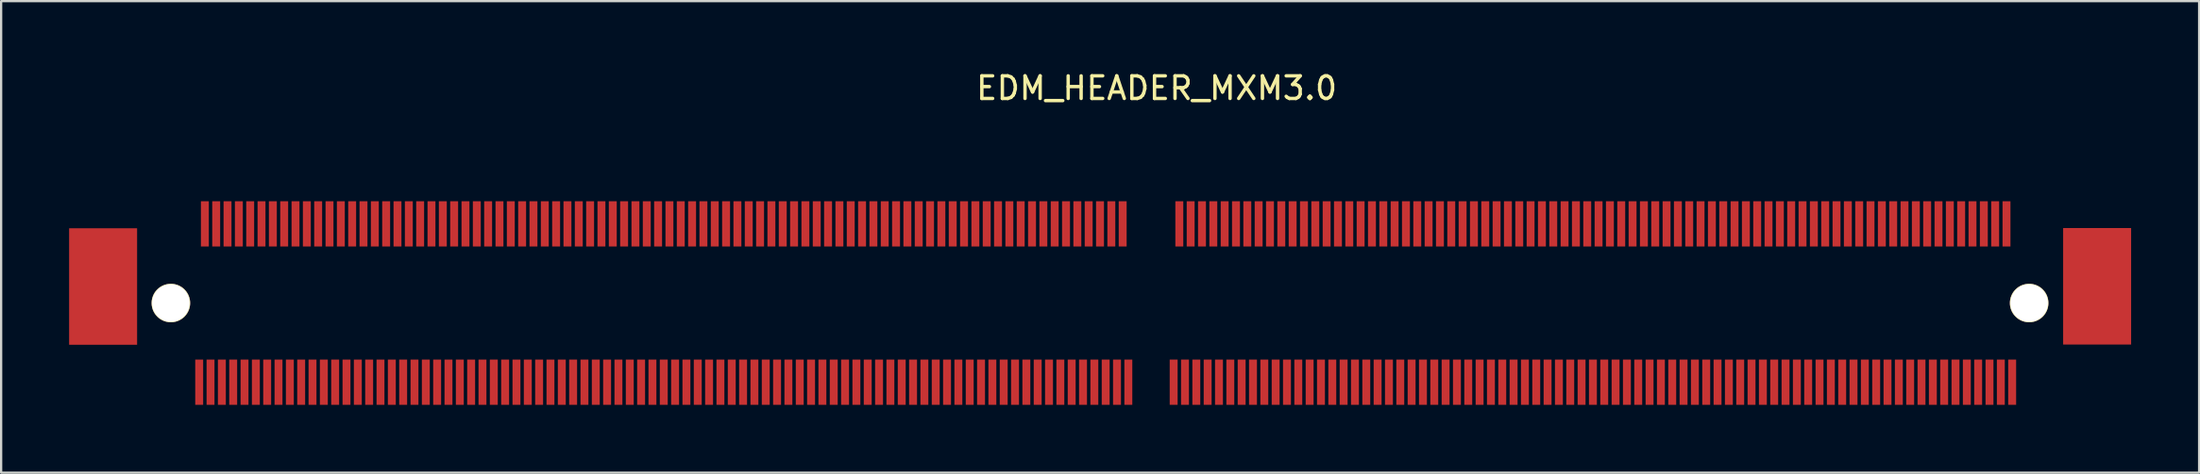
<source format=kicad_pcb>
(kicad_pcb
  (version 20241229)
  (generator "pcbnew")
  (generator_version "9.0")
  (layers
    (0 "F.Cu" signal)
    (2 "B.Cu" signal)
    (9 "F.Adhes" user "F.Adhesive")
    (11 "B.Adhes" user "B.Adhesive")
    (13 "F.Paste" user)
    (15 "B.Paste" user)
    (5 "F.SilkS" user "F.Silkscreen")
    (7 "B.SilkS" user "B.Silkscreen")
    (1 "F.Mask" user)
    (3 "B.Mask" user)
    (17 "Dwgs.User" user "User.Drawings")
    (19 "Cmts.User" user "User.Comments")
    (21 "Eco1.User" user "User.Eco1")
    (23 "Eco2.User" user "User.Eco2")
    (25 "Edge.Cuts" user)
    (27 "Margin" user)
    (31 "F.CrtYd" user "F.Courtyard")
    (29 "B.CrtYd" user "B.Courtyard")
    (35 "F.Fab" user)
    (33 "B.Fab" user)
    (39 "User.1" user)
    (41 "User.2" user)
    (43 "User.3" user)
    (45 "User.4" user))
  (footprint "EDM_HEADER_MXM3.0"
    (layer "F.Cu")
    (at 47.74 12.848)
    (property "Reference" "EDM_HEADER_MXM3.0" (at 0.25 -12 0) (layer "F.SilkS") (effects (font (size 1 1) (thickness 0.15))))
    (attr through_hole)
    (pad "" smd rect (at -46.24 -3.23) (size 3 5.15) (layers "F.Cu" "F.Mask" "F.Paste"))
    (pad "" smd rect (at 41.75 -3.24) (size 3 5.15) (layers "F.Cu" "F.Mask" "F.Paste"))
    (pad "1" smd rect (at -32 1) (size 0.35 2) (layers "F.Cu" "F.Mask" "F.Paste"))
    (pad "2" smd rect (at -31.75 -6) (size 0.35 2) (layers "F.Cu" "F.Mask" "F.Paste"))
    (pad "3" smd rect (at -31.5 1) (size 0.35 2) (layers "F.Cu" "F.Mask" "F.Paste"))
    (pad "4" smd rect (at -31.25 -6) (size 0.35 2) (layers "F.Cu" "F.Mask" "F.Paste"))
    (pad "5" smd rect (at -31 1) (size 0.35 2) (layers "F.Cu" "F.Mask" "F.Paste"))
    (pad "6" smd rect (at -30.75 -6) (size 0.35 2) (layers "F.Cu" "F.Mask" "F.Paste"))
    (pad "7" smd rect (at -30.5 1) (size 0.35 2) (layers "F.Cu" "F.Mask" "F.Paste"))
    (pad "8" smd rect (at -30.25 -6) (size 0.35 2) (layers "F.Cu" "F.Mask" "F.Paste"))
    (pad "9" smd rect (at -30 1) (size 0.35 2) (layers "F.Cu" "F.Mask" "F.Paste"))
    (pad "10" smd rect (at -29.75 -6) (size 0.35 2) (layers "F.Cu" "F.Mask" "F.Paste"))
    (pad "11" smd rect (at -29.5 1) (size 0.35 2) (layers "F.Cu" "F.Mask" "F.Paste"))
    (pad "12" smd rect (at -29.25 -6) (size 0.35 2) (layers "F.Cu" "F.Mask" "F.Paste"))
    (pad "13" smd rect (at -29 1) (size 0.35 2) (layers "F.Cu" "F.Mask" "F.Paste"))
    (pad "14" smd rect (at -28.75 -6) (size 0.35 2) (layers "F.Cu" "F.Mask" "F.Paste"))
    (pad "15" smd rect (at -28.5 1) (size 0.35 2) (layers "F.Cu" "F.Mask" "F.Paste"))
    (pad "16" smd rect (at -28.25 -6) (size 0.35 2) (layers "F.Cu" "F.Mask" "F.Paste"))
    (pad "17" smd rect (at -28 1) (size 0.35 2) (layers "F.Cu" "F.Mask" "F.Paste"))
    (pad "18" smd rect (at -27.75 -6) (size 0.35 2) (layers "F.Cu" "F.Mask" "F.Paste"))
    (pad "19" smd rect (at -27.5 1) (size 0.35 2) (layers "F.Cu" "F.Mask" "F.Paste"))
    (pad "20" smd rect (at -27.25 -6) (size 0.35 2) (layers "F.Cu" "F.Mask" "F.Paste"))
    (pad "21" smd rect (at -27 1) (size 0.35 2) (layers "F.Cu" "F.Mask" "F.Paste"))
    (pad "22" smd rect (at -26.75 -6) (size 0.35 2) (layers "F.Cu" "F.Mask" "F.Paste"))
    (pad "23" smd rect (at -26.5 1) (size 0.35 2) (layers "F.Cu" "F.Mask" "F.Paste"))
    (pad "24" smd rect (at -26.25 -6) (size 0.35 2) (layers "F.Cu" "F.Mask" "F.Paste"))
    (pad "25" smd rect (at -26 1) (size 0.35 2) (layers "F.Cu" "F.Mask" "F.Paste"))
    (pad "26" smd rect (at -25.75 -6) (size 0.35 2) (layers "F.Cu" "F.Mask" "F.Paste"))
    (pad "27" smd rect (at -25.5 1) (size 0.35 2) (layers "F.Cu" "F.Mask" "F.Paste"))
    (pad "28" smd rect (at -25.25 -6) (size 0.35 2) (layers "F.Cu" "F.Mask" "F.Paste"))
    (pad "29" smd rect (at -25 1) (size 0.35 2) (layers "F.Cu" "F.Mask" "F.Paste"))
    (pad "30" smd rect (at -24.75 -6) (size 0.35 2) (layers "F.Cu" "F.Mask" "F.Paste"))
    (pad "31" smd rect (at -24.5 1) (size 0.35 2) (layers "F.Cu" "F.Mask" "F.Paste"))
    (pad "32" smd rect (at -24.25 -6) (size 0.35 2) (layers "F.Cu" "F.Mask" "F.Paste"))
    (pad "33" smd rect (at -24 1) (size 0.35 2) (layers "F.Cu" "F.Mask" "F.Paste"))
    (pad "34" smd rect (at -23.75 -6) (size 0.35 2) (layers "F.Cu" "F.Mask" "F.Paste"))
    (pad "35" smd rect (at -23.5 1) (size 0.35 2) (layers "F.Cu" "F.Mask" "F.Paste"))
    (pad "36" smd rect (at -23.25 -6) (size 0.35 2) (layers "F.Cu" "F.Mask" "F.Paste"))
    (pad "37" smd rect (at -23 1) (size 0.35 2) (layers "F.Cu" "F.Mask" "F.Paste"))
    (pad "38" smd rect (at -22.75 -6) (size 0.35 2) (layers "F.Cu" "F.Mask" "F.Paste"))
    (pad "39" smd rect (at -22.5 1) (size 0.35 2) (layers "F.Cu" "F.Mask" "F.Paste"))
    (pad "40" smd rect (at -22.25 -6) (size 0.35 2) (layers "F.Cu" "F.Mask" "F.Paste"))
    (pad "41" smd rect (at -22 1) (size 0.35 2) (layers "F.Cu" "F.Mask" "F.Paste"))
    (pad "42" smd rect (at -21.75 -6) (size 0.35 2) (layers "F.Cu" "F.Mask" "F.Paste"))
    (pad "43" smd rect (at -21.5 1) (size 0.35 2) (layers "F.Cu" "F.Mask" "F.Paste"))
    (pad "44" smd rect (at -21.25 -6) (size 0.35 2) (layers "F.Cu" "F.Mask" "F.Paste"))
    (pad "45" smd rect (at -21 1) (size 0.35 2) (layers "F.Cu" "F.Mask" "F.Paste"))
    (pad "46" smd rect (at -20.75 -6) (size 0.35 2) (layers "F.Cu" "F.Mask" "F.Paste"))
    (pad "47" smd rect (at -20.5 1) (size 0.35 2) (layers "F.Cu" "F.Mask" "F.Paste"))
    (pad "48" smd rect (at -20.25 -6) (size 0.35 2) (layers "F.Cu" "F.Mask" "F.Paste"))
    (pad "49" smd rect (at -20 1) (size 0.35 2) (layers "F.Cu" "F.Mask" "F.Paste"))
    (pad "50" smd rect (at -19.75 -6) (size 0.35 2) (layers "F.Cu" "F.Mask" "F.Paste"))
    (pad "51" smd rect (at -19.5 1) (size 0.35 2) (layers "F.Cu" "F.Mask" "F.Paste"))
    (pad "52" smd rect (at -19.25 -6) (size 0.35 2) (layers "F.Cu" "F.Mask" "F.Paste"))
    (pad "53" smd rect (at -19 1) (size 0.35 2) (layers "F.Cu" "F.Mask" "F.Paste"))
    (pad "54" smd rect (at -18.75 -6) (size 0.35 2) (layers "F.Cu" "F.Mask" "F.Paste"))
    (pad "55" smd rect (at -18.5 1) (size 0.35 2) (layers "F.Cu" "F.Mask" "F.Paste"))
    (pad "56" smd rect (at -18.25 -6) (size 0.35 2) (layers "F.Cu" "F.Mask" "F.Paste"))
    (pad "57" smd rect (at -18 1) (size 0.35 2) (layers "F.Cu" "F.Mask" "F.Paste"))
    (pad "58" smd rect (at -17.75 -6) (size 0.35 2) (layers "F.Cu" "F.Mask" "F.Paste"))
    (pad "59" smd rect (at -17.5 1) (size 0.35 2) (layers "F.Cu" "F.Mask" "F.Paste"))
    (pad "60" smd rect (at -17.25 -6) (size 0.35 2) (layers "F.Cu" "F.Mask" "F.Paste"))
    (pad "61" smd rect (at -17 1) (size 0.35 2) (layers "F.Cu" "F.Mask" "F.Paste"))
    (pad "62" smd rect (at -16.75 -6) (size 0.35 2) (layers "F.Cu" "F.Mask" "F.Paste"))
    (pad "63" smd rect (at -16.5 1) (size 0.35 2) (layers "F.Cu" "F.Mask" "F.Paste"))
    (pad "64" smd rect (at -16.25 -6) (size 0.35 2) (layers "F.Cu" "F.Mask" "F.Paste"))
    (pad "65" smd rect (at -16 1) (size 0.35 2) (layers "F.Cu" "F.Mask" "F.Paste"))
    (pad "66" smd rect (at -15.75 -6) (size 0.35 2) (layers "F.Cu" "F.Mask" "F.Paste"))
    (pad "67" smd rect (at -15.5 1) (size 0.35 2) (layers "F.Cu" "F.Mask" "F.Paste"))
    (pad "68" smd rect (at -15.25 -6) (size 0.35 2) (layers "F.Cu" "F.Mask" "F.Paste"))
    (pad "69" smd rect (at -15 1) (size 0.35 2) (layers "F.Cu" "F.Mask" "F.Paste"))
    (pad "70" smd rect (at -14.75 -6) (size 0.35 2) (layers "F.Cu" "F.Mask" "F.Paste"))
    (pad "71" smd rect (at -14.5 1) (size 0.35 2) (layers "F.Cu" "F.Mask" "F.Paste"))
    (pad "72" smd rect (at -14.25 -6) (size 0.35 2) (layers "F.Cu" "F.Mask" "F.Paste"))
    (pad "73" smd rect (at -14 1) (size 0.35 2) (layers "F.Cu" "F.Mask" "F.Paste"))
    (pad "74" smd rect (at -13.75 -6) (size 0.35 2) (layers "F.Cu" "F.Mask" "F.Paste"))
    (pad "75" smd rect (at -13.5 1) (size 0.35 2) (layers "F.Cu" "F.Mask" "F.Paste"))
    (pad "76" smd rect (at -13.25 -6) (size 0.35 2) (layers "F.Cu" "F.Mask" "F.Paste"))
    (pad "77" smd rect (at -13 1) (size 0.35 2) (layers "F.Cu" "F.Mask" "F.Paste"))
    (pad "78" smd rect (at -12.75 -6) (size 0.35 2) (layers "F.Cu" "F.Mask" "F.Paste"))
    (pad "79" smd rect (at -12.5 1) (size 0.35 2) (layers "F.Cu" "F.Mask" "F.Paste"))
    (pad "80" smd rect (at -12.25 -6) (size 0.35 2) (layers "F.Cu" "F.Mask" "F.Paste"))
    (pad "81" smd rect (at -12 1) (size 0.35 2) (layers "F.Cu" "F.Mask" "F.Paste"))
    (pad "82" smd rect (at -11.75 -6) (size 0.35 2) (layers "F.Cu" "F.Mask" "F.Paste"))
    (pad "83" smd rect (at -11.5 1) (size 0.35 2) (layers "F.Cu" "F.Mask" "F.Paste"))
    (pad "84" smd rect (at -11.25 -6) (size 0.35 2) (layers "F.Cu" "F.Mask" "F.Paste"))
    (pad "85" smd rect (at -11 1) (size 0.35 2) (layers "F.Cu" "F.Mask" "F.Paste"))
    (pad "86" smd rect (at -10.75 -6) (size 0.35 2) (layers "F.Cu" "F.Mask" "F.Paste"))
    (pad "87" smd rect (at -10.5 1) (size 0.35 2) (layers "F.Cu" "F.Mask" "F.Paste"))
    (pad "88" smd rect (at -10.25 -6) (size 0.35 2) (layers "F.Cu" "F.Mask" "F.Paste"))
    (pad "89" smd rect (at -10 1) (size 0.35 2) (layers "F.Cu" "F.Mask" "F.Paste"))
    (pad "90" smd rect (at -9.75 -6) (size 0.35 2) (layers "F.Cu" "F.Mask" "F.Paste"))
    (pad "91" smd rect (at -9.5 1) (size 0.35 2) (layers "F.Cu" "F.Mask" "F.Paste"))
    (pad "92" smd rect (at -9.25 -6) (size 0.35 2) (layers "F.Cu" "F.Mask" "F.Paste"))
    (pad "93" smd rect (at -9 1) (size 0.35 2) (layers "F.Cu" "F.Mask" "F.Paste"))
    (pad "94" smd rect (at -8.75 -6) (size 0.35 2) (layers "F.Cu" "F.Mask" "F.Paste"))
    (pad "95" smd rect (at -8.5 1) (size 0.35 2) (layers "F.Cu" "F.Mask" "F.Paste"))
    (pad "96" smd rect (at -8.25 -6) (size 0.35 2) (layers "F.Cu" "F.Mask" "F.Paste"))
    (pad "97" smd rect (at -8 1) (size 0.35 2) (layers "F.Cu" "F.Mask" "F.Paste"))
    (pad "98" smd rect (at -7.75 -6) (size 0.35 2) (layers "F.Cu" "F.Mask" "F.Paste"))
    (pad "99" smd rect (at -7.5 1) (size 0.35 2) (layers "F.Cu" "F.Mask" "F.Paste"))
    (pad "100" smd rect (at -7.25 -6) (size 0.35 2) (layers "F.Cu" "F.Mask" "F.Paste"))
    (pad "101" smd rect (at -7 1) (size 0.35 2) (layers "F.Cu" "F.Mask" "F.Paste"))
    (pad "102" smd rect (at -6.75 -6) (size 0.35 2) (layers "F.Cu" "F.Mask" "F.Paste"))
    (pad "103" smd rect (at -6.5 1) (size 0.35 2) (layers "F.Cu" "F.Mask" "F.Paste"))
    (pad "104" smd rect (at -6.25 -6) (size 0.35 2) (layers "F.Cu" "F.Mask" "F.Paste"))
    (pad "105" smd rect (at -6 1) (size 0.35 2) (layers "F.Cu" "F.Mask" "F.Paste"))
    (pad "106" smd rect (at -5.75 -6) (size 0.35 2) (layers "F.Cu" "F.Mask" "F.Paste"))
    (pad "107" smd rect (at -5.5 1) (size 0.35 2) (layers "F.Cu" "F.Mask" "F.Paste"))
    (pad "108" smd rect (at -5.25 -6) (size 0.35 2) (layers "F.Cu" "F.Mask" "F.Paste"))
    (pad "109" smd rect (at -5 1) (size 0.35 2) (layers "F.Cu" "F.Mask" "F.Paste"))
    (pad "110" smd rect (at -4.75 -6) (size 0.35 2) (layers "F.Cu" "F.Mask" "F.Paste"))
    (pad "111" smd rect (at -4.5 1) (size 0.35 2) (layers "F.Cu" "F.Mask" "F.Paste"))
    (pad "112" smd rect (at -4.25 -6) (size 0.35 2) (layers "F.Cu" "F.Mask" "F.Paste"))
    (pad "113" smd rect (at -4 1) (size 0.35 2) (layers "F.Cu" "F.Mask" "F.Paste"))
    (pad "114" smd rect (at -3.75 -6) (size 0.35 2) (layers "F.Cu" "F.Mask" "F.Paste"))
    (pad "115" smd rect (at -3.5 1) (size 0.35 2) (layers "F.Cu" "F.Mask" "F.Paste"))
    (pad "116" smd rect (at -3.25 -6) (size 0.35 2) (layers "F.Cu" "F.Mask" "F.Paste"))
    (pad "117" smd rect (at -3 1) (size 0.35 2) (layers "F.Cu" "F.Mask" "F.Paste"))
    (pad "118" smd rect (at -2.75 -6) (size 0.35 2) (layers "F.Cu" "F.Mask" "F.Paste"))
    (pad "119" smd rect (at -2.5 1) (size 0.35 2) (layers "F.Cu" "F.Mask" "F.Paste"))
    (pad "120" smd rect (at -2.25 -6) (size 0.35 2) (layers "F.Cu" "F.Mask" "F.Paste"))
    (pad "121" smd rect (at -2 1) (size 0.35 2) (layers "F.Cu" "F.Mask" "F.Paste"))
    (pad "122" smd rect (at -1.75 -6) (size 0.35 2) (layers "F.Cu" "F.Mask" "F.Paste"))
    (pad "123" smd rect (at -1.5 1) (size 0.35 2) (layers "F.Cu" "F.Mask" "F.Paste"))
    (pad "124" smd rect (at -1.25 -6) (size 0.35 2) (layers "F.Cu" "F.Mask" "F.Paste"))
    (pad "125" smd rect (at -1 1) (size 0.35 2) (layers "F.Cu" "F.Mask" "F.Paste"))
    (pad "133" smd rect (at 1 1) (size 0.35 2) (layers "F.Cu" "F.Mask" "F.Paste"))
    (pad "134" smd rect (at 1.25 -6) (size 0.35 2) (layers "F.Cu" "F.Mask" "F.Paste"))
    (pad "135" smd rect (at 1.5 1) (size 0.35 2) (layers "F.Cu" "F.Mask" "F.Paste"))
    (pad "136" smd rect (at 1.75 -6) (size 0.35 2) (layers "F.Cu" "F.Mask" "F.Paste"))
    (pad "137" smd rect (at 2 1) (size 0.35 2) (layers "F.Cu" "F.Mask" "F.Paste"))
    (pad "138" smd rect (at 2.25 -6) (size 0.35 2) (layers "F.Cu" "F.Mask" "F.Paste"))
    (pad "139" smd rect (at 2.5 1) (size 0.35 2) (layers "F.Cu" "F.Mask" "F.Paste"))
    (pad "140" smd rect (at 2.75 -6) (size 0.35 2) (layers "F.Cu" "F.Mask" "F.Paste"))
    (pad "141" smd rect (at 3 1) (size 0.35 2) (layers "F.Cu" "F.Mask" "F.Paste"))
    (pad "142" smd rect (at 3.25 -6) (size 0.35 2) (layers "F.Cu" "F.Mask" "F.Paste"))
    (pad "143" smd rect (at 3.5 1) (size 0.35 2) (layers "F.Cu" "F.Mask" "F.Paste"))
    (pad "144" smd rect (at 3.75 -6) (size 0.35 2) (layers "F.Cu" "F.Mask" "F.Paste"))
    (pad "145" smd rect (at 4 1) (size 0.35 2) (layers "F.Cu" "F.Mask" "F.Paste"))
    (pad "146" smd rect (at 4.25 -6) (size 0.35 2) (layers "F.Cu" "F.Mask" "F.Paste"))
    (pad "147" smd rect (at 4.5 1) (size 0.35 2) (layers "F.Cu" "F.Mask" "F.Paste"))
    (pad "148" smd rect (at 4.75 -6) (size 0.35 2) (layers "F.Cu" "F.Mask" "F.Paste"))
    (pad "149" smd rect (at 5 1) (size 0.35 2) (layers "F.Cu" "F.Mask" "F.Paste"))
    (pad "150" smd rect (at 5.25 -6) (size 0.35 2) (layers "F.Cu" "F.Mask" "F.Paste"))
    (pad "151" smd rect (at 5.5 1) (size 0.35 2) (layers "F.Cu" "F.Mask" "F.Paste"))
    (pad "152" smd rect (at 5.75 -6) (size 0.35 2) (layers "F.Cu" "F.Mask" "F.Paste"))
    (pad "153" smd rect (at 6 1) (size 0.35 2) (layers "F.Cu" "F.Mask" "F.Paste"))
    (pad "154" smd rect (at 6.25 -6) (size 0.35 2) (layers "F.Cu" "F.Mask" "F.Paste"))
    (pad "155" smd rect (at 6.5 1) (size 0.35 2) (layers "F.Cu" "F.Mask" "F.Paste"))
    (pad "156" smd rect (at 6.75 -6) (size 0.35 2) (layers "F.Cu" "F.Mask" "F.Paste"))
    (pad "157" smd rect (at 7 1) (size 0.35 2) (layers "F.Cu" "F.Mask" "F.Paste"))
    (pad "158" smd rect (at 7.25 -6) (size 0.35 2) (layers "F.Cu" "F.Mask" "F.Paste"))
    (pad "159" smd rect (at 7.5 1) (size 0.35 2) (layers "F.Cu" "F.Mask" "F.Paste"))
    (pad "160" smd rect (at 7.75 -6) (size 0.35 2) (layers "F.Cu" "F.Mask" "F.Paste"))
    (pad "161" smd rect (at 8 1) (size 0.35 2) (layers "F.Cu" "F.Mask" "F.Paste"))
    (pad "162" smd rect (at 8.25 -6) (size 0.35 2) (layers "F.Cu" "F.Mask" "F.Paste"))
    (pad "163" smd rect (at 8.5 1) (size 0.35 2) (layers "F.Cu" "F.Mask" "F.Paste"))
    (pad "164" smd rect (at 8.75 -6) (size 0.35 2) (layers "F.Cu" "F.Mask" "F.Paste"))
    (pad "165" smd rect (at 9 1) (size 0.35 2) (layers "F.Cu" "F.Mask" "F.Paste"))
    (pad "166" smd rect (at 9.25 -6) (size 0.35 2) (layers "F.Cu" "F.Mask" "F.Paste"))
    (pad "167" smd rect (at 9.5 1) (size 0.35 2) (layers "F.Cu" "F.Mask" "F.Paste"))
    (pad "168" smd rect (at 9.75 -6) (size 0.35 2) (layers "F.Cu" "F.Mask" "F.Paste"))
    (pad "169" smd rect (at 10 1) (size 0.35 2) (layers "F.Cu" "F.Mask" "F.Paste"))
    (pad "170" smd rect (at 10.25 -6) (size 0.35 2) (layers "F.Cu" "F.Mask" "F.Paste"))
    (pad "171" smd rect (at 10.5 1) (size 0.35 2) (layers "F.Cu" "F.Mask" "F.Paste"))
    (pad "172" smd rect (at 10.75 -6) (size 0.35 2) (layers "F.Cu" "F.Mask" "F.Paste"))
    (pad "173" smd rect (at 11 1) (size 0.35 2) (layers "F.Cu" "F.Mask" "F.Paste"))
    (pad "174" smd rect (at 11.25 -6) (size 0.35 2) (layers "F.Cu" "F.Mask" "F.Paste"))
    (pad "175" smd rect (at 11.5 1) (size 0.35 2) (layers "F.Cu" "F.Mask" "F.Paste"))
    (pad "176" smd rect (at 11.75 -6) (size 0.35 2) (layers "F.Cu" "F.Mask" "F.Paste"))
    (pad "177" smd rect (at 12 1) (size 0.35 2) (layers "F.Cu" "F.Mask" "F.Paste"))
    (pad "178" smd rect (at 12.25 -6) (size 0.35 2) (layers "F.Cu" "F.Mask" "F.Paste"))
    (pad "179" smd rect (at 12.5 1) (size 0.35 2) (layers "F.Cu" "F.Mask" "F.Paste"))
    (pad "180" smd rect (at 12.75 -6) (size 0.35 2) (layers "F.Cu" "F.Mask" "F.Paste"))
    (pad "181" smd rect (at 13 1) (size 0.35 2) (layers "F.Cu" "F.Mask" "F.Paste"))
    (pad "182" smd rect (at 13.25 -6) (size 0.35 2) (layers "F.Cu" "F.Mask" "F.Paste"))
    (pad "183" smd rect (at 13.5 1) (size 0.35 2) (layers "F.Cu" "F.Mask" "F.Paste"))
    (pad "184" smd rect (at 13.75 -6) (size 0.35 2) (layers "F.Cu" "F.Mask" "F.Paste"))
    (pad "185" smd rect (at 14 1) (size 0.35 2) (layers "F.Cu" "F.Mask" "F.Paste"))
    (pad "186" smd rect (at 14.25 -6) (size 0.35 2) (layers "F.Cu" "F.Mask" "F.Paste"))
    (pad "187" smd rect (at 14.5 1) (size 0.35 2) (layers "F.Cu" "F.Mask" "F.Paste"))
    (pad "188" smd rect (at 14.75 -6) (size 0.35 2) (layers "F.Cu" "F.Mask" "F.Paste"))
    (pad "189" smd rect (at 15 1) (size 0.35 2) (layers "F.Cu" "F.Mask" "F.Paste"))
    (pad "190" smd rect (at 15.25 -6) (size 0.35 2) (layers "F.Cu" "F.Mask" "F.Paste"))
    (pad "191" smd rect (at 15.5 1) (size 0.35 2) (layers "F.Cu" "F.Mask" "F.Paste"))
    (pad "192" smd rect (at 15.75 -6) (size 0.35 2) (layers "F.Cu" "F.Mask" "F.Paste"))
    (pad "193" smd rect (at 16 1) (size 0.35 2) (layers "F.Cu" "F.Mask" "F.Paste"))
    (pad "194" smd rect (at 16.25 -6) (size 0.35 2) (layers "F.Cu" "F.Mask" "F.Paste"))
    (pad "195" smd rect (at 16.5 1) (size 0.35 2) (layers "F.Cu" "F.Mask" "F.Paste"))
    (pad "196" smd rect (at 16.75 -6) (size 0.35 2) (layers "F.Cu" "F.Mask" "F.Paste"))
    (pad "197" smd rect (at 17 1) (size 0.35 2) (layers "F.Cu" "F.Mask" "F.Paste"))
    (pad "198" smd rect (at 17.25 -6) (size 0.35 2) (layers "F.Cu" "F.Mask" "F.Paste"))
    (pad "199" smd rect (at 17.5 1) (size 0.35 2) (layers "F.Cu" "F.Mask" "F.Paste"))
    (pad "200" smd rect (at 17.75 -6) (size 0.35 2) (layers "F.Cu" "F.Mask" "F.Paste"))
    (pad "201" smd rect (at 18 1) (size 0.35 2) (layers "F.Cu" "F.Mask" "F.Paste"))
    (pad "202" smd rect (at 18.25 -6) (size 0.35 2) (layers "F.Cu" "F.Mask" "F.Paste"))
    (pad "203" smd rect (at 18.5 1) (size 0.35 2) (layers "F.Cu" "F.Mask" "F.Paste"))
    (pad "204" smd rect (at 18.75 -6) (size 0.35 2) (layers "F.Cu" "F.Mask" "F.Paste"))
    (pad "205" smd rect (at 19 1) (size 0.35 2) (layers "F.Cu" "F.Mask" "F.Paste"))
    (pad "206" smd rect (at 19.25 -6) (size 0.35 2) (layers "F.Cu" "F.Mask" "F.Paste"))
    (pad "207" smd rect (at 19.5 1) (size 0.35 2) (layers "F.Cu" "F.Mask" "F.Paste"))
    (pad "208" smd rect (at 19.75 -6) (size 0.35 2) (layers "F.Cu" "F.Mask" "F.Paste"))
    (pad "209" smd rect (at 20 1) (size 0.35 2) (layers "F.Cu" "F.Mask" "F.Paste"))
    (pad "210" smd rect (at 20.25 -6) (size 0.35 2) (layers "F.Cu" "F.Mask" "F.Paste"))
    (pad "211" smd rect (at 20.5 1) (size 0.35 2) (layers "F.Cu" "F.Mask" "F.Paste"))
    (pad "212" smd rect (at 20.75 -6) (size 0.35 2) (layers "F.Cu" "F.Mask" "F.Paste"))
    (pad "213" smd rect (at 21 1) (size 0.35 2) (layers "F.Cu" "F.Mask" "F.Paste"))
    (pad "214" smd rect (at 21.25 -6) (size 0.35 2) (layers "F.Cu" "F.Mask" "F.Paste"))
    (pad "215" smd rect (at 21.5 1) (size 0.35 2) (layers "F.Cu" "F.Mask" "F.Paste"))
    (pad "216" smd rect (at 21.75 -6) (size 0.35 2) (layers "F.Cu" "F.Mask" "F.Paste"))
    (pad "217" smd rect (at 22 1) (size 0.35 2) (layers "F.Cu" "F.Mask" "F.Paste"))
    (pad "218" smd rect (at 22.25 -6) (size 0.35 2) (layers "F.Cu" "F.Mask" "F.Paste"))
    (pad "219" smd rect (at 22.5 1) (size 0.35 2) (layers "F.Cu" "F.Mask" "F.Paste"))
    (pad "220" smd rect (at 22.75 -6) (size 0.35 2) (layers "F.Cu" "F.Mask" "F.Paste"))
    (pad "221" smd rect (at 23 1) (size 0.35 2) (layers "F.Cu" "F.Mask" "F.Paste"))
    (pad "222" smd rect (at 23.25 -6) (size 0.35 2) (layers "F.Cu" "F.Mask" "F.Paste"))
    (pad "223" smd rect (at 23.5 1) (size 0.35 2) (layers "F.Cu" "F.Mask" "F.Paste"))
    (pad "224" smd rect (at 23.75 -6) (size 0.35 2) (layers "F.Cu" "F.Mask" "F.Paste"))
    (pad "225" smd rect (at 24 1) (size 0.35 2) (layers "F.Cu" "F.Mask" "F.Paste"))
    (pad "226" smd rect (at 24.25 -6) (size 0.35 2) (layers "F.Cu" "F.Mask" "F.Paste"))
    (pad "227" smd rect (at 24.5 1) (size 0.35 2) (layers "F.Cu" "F.Mask" "F.Paste"))
    (pad "228" smd rect (at 24.75 -6) (size 0.35 2) (layers "F.Cu" "F.Mask" "F.Paste"))
    (pad "229" smd rect (at 25 1) (size 0.35 2) (layers "F.Cu" "F.Mask" "F.Paste"))
    (pad "230" smd rect (at 25.25 -6) (size 0.35 2) (layers "F.Cu" "F.Mask" "F.Paste"))
    (pad "231" smd rect (at 25.5 1) (size 0.35 2) (layers "F.Cu" "F.Mask" "F.Paste"))
    (pad "232" smd rect (at 25.75 -6) (size 0.35 2) (layers "F.Cu" "F.Mask" "F.Paste"))
    (pad "233" smd rect (at 26 1) (size 0.35 2) (layers "F.Cu" "F.Mask" "F.Paste"))
    (pad "234" smd rect (at 26.25 -6) (size 0.35 2) (layers "F.Cu" "F.Mask" "F.Paste"))
    (pad "235" smd rect (at 26.5 1) (size 0.35 2) (layers "F.Cu" "F.Mask" "F.Paste"))
    (pad "236" smd rect (at 26.75 -6) (size 0.35 2) (layers "F.Cu" "F.Mask" "F.Paste"))
    (pad "237" smd rect (at 27 1) (size 0.35 2) (layers "F.Cu" "F.Mask" "F.Paste"))
    (pad "238" smd rect (at 27.25 -6) (size 0.35 2) (layers "F.Cu" "F.Mask" "F.Paste"))
    (pad "239" smd rect (at 27.5 1) (size 0.35 2) (layers "F.Cu" "F.Mask" "F.Paste"))
    (pad "240" smd rect (at 27.75 -6) (size 0.35 2) (layers "F.Cu" "F.Mask" "F.Paste"))
    (pad "241" smd rect (at 28 1) (size 0.35 2) (layers "F.Cu" "F.Mask" "F.Paste"))
    (pad "242" smd rect (at 28.25 -6) (size 0.35 2) (layers "F.Cu" "F.Mask" "F.Paste"))
    (pad "243" smd rect (at 28.5 1) (size 0.35 2) (layers "F.Cu" "F.Mask" "F.Paste"))
    (pad "244" smd rect (at 28.75 -6) (size 0.35 2) (layers "F.Cu" "F.Mask" "F.Paste"))
    (pad "245" smd rect (at 29 1) (size 0.35 2) (layers "F.Cu" "F.Mask" "F.Paste"))
    (pad "246" smd rect (at 29.25 -6) (size 0.35 2) (layers "F.Cu" "F.Mask" "F.Paste"))
    (pad "247" smd rect (at 29.5 1) (size 0.35 2) (layers "F.Cu" "F.Mask" "F.Paste"))
    (pad "248" smd rect (at 29.75 -6) (size 0.35 2) (layers "F.Cu" "F.Mask" "F.Paste"))
    (pad "249" smd rect (at 30 1) (size 0.35 2) (layers "F.Cu" "F.Mask" "F.Paste"))
    (pad "250" smd rect (at 30.25 -6) (size 0.35 2) (layers "F.Cu" "F.Mask" "F.Paste"))
    (pad "251" smd rect (at 30.5 1) (size 0.35 2) (layers "F.Cu" "F.Mask" "F.Paste"))
    (pad "252" smd rect (at 30.75 -6) (size 0.35 2) (layers "F.Cu" "F.Mask" "F.Paste"))
    (pad "253" smd rect (at 31 1) (size 0.35 2) (layers "F.Cu" "F.Mask" "F.Paste"))
    (pad "254" smd rect (at 31.25 -6) (size 0.35 2) (layers "F.Cu" "F.Mask" "F.Paste"))
    (pad "255" smd rect (at 31.5 1) (size 0.35 2) (layers "F.Cu" "F.Mask" "F.Paste"))
    (pad "256" smd rect (at 31.75 -6) (size 0.35 2) (layers "F.Cu" "F.Mask" "F.Paste"))
    (pad "257" smd rect (at 32 1) (size 0.35 2) (layers "F.Cu" "F.Mask" "F.Paste"))
    (pad "258" smd rect (at 32.25 -6) (size 0.35 2) (layers "F.Cu" "F.Mask" "F.Paste"))
    (pad "259" smd rect (at 32.5 1) (size 0.35 2) (layers "F.Cu" "F.Mask" "F.Paste"))
    (pad "260" smd rect (at 32.75 -6) (size 0.35 2) (layers "F.Cu" "F.Mask" "F.Paste"))
    (pad "261" smd rect (at 33 1) (size 0.35 2) (layers "F.Cu" "F.Mask" "F.Paste"))
    (pad "262" smd rect (at 33.25 -6) (size 0.35 2) (layers "F.Cu" "F.Mask" "F.Paste"))
    (pad "263" smd rect (at 33.5 1) (size 0.35 2) (layers "F.Cu" "F.Mask" "F.Paste"))
    (pad "264" smd rect (at 33.75 -6) (size 0.35 2) (layers "F.Cu" "F.Mask" "F.Paste"))
    (pad "265" smd rect (at 34 1) (size 0.35 2) (layers "F.Cu" "F.Mask" "F.Paste"))
    (pad "266" smd rect (at 34.25 -6) (size 0.35 2) (layers "F.Cu" "F.Mask" "F.Paste"))
    (pad "267" smd rect (at 34.5 1) (size 0.35 2) (layers "F.Cu" "F.Mask" "F.Paste"))
    (pad "268" smd rect (at 34.75 -6) (size 0.35 2) (layers "F.Cu" "F.Mask" "F.Paste"))
    (pad "269" smd rect (at 35 1) (size 0.35 2) (layers "F.Cu" "F.Mask" "F.Paste"))
    (pad "270" smd rect (at 35.25 -6) (size 0.35 2) (layers "F.Cu" "F.Mask" "F.Paste"))
    (pad "271" smd rect (at 35.5 1) (size 0.35 2) (layers "F.Cu" "F.Mask" "F.Paste"))
    (pad "272" smd rect (at 35.75 -6) (size 0.35 2) (layers "F.Cu" "F.Mask" "F.Paste"))
    (pad "273" smd rect (at 36 1) (size 0.35 2) (layers "F.Cu" "F.Mask" "F.Paste"))
    (pad "274" smd rect (at 36.25 -6) (size 0.35 2) (layers "F.Cu" "F.Mask" "F.Paste"))
    (pad "275" smd rect (at 36.5 1) (size 0.35 2) (layers "F.Cu" "F.Mask" "F.Paste"))
    (pad "276" smd rect (at 36.75 -6) (size 0.35 2) (layers "F.Cu" "F.Mask" "F.Paste"))
    (pad "277" smd rect (at 37 1) (size 0.35 2) (layers "F.Cu" "F.Mask" "F.Paste"))
    (pad "278" smd rect (at 37.25 -6) (size 0.35 2) (layers "F.Cu" "F.Mask" "F.Paste"))
    (pad "279" smd rect (at 37.5 1) (size 0.35 2) (layers "F.Cu" "F.Mask" "F.Paste"))
    (pad "280" smd rect (at 37.75 -6) (size 0.35 2) (layers "F.Cu" "F.Mask" "F.Paste"))
    (pad "281" smd rect (at 38 1) (size 0.35 2) (layers "F.Cu" "F.Mask" "F.Paste"))
    (pad "E1_1" smd rect (at -42 1) (size 0.35 2) (layers "F.Cu" "F.Mask" "F.Paste"))
    (pad "E1_2" smd rect (at -41.5 1) (size 0.35 2) (layers "F.Cu" "F.Mask" "F.Paste"))
    (pad "E1_3" smd rect (at -41 1) (size 0.35 2) (layers "F.Cu" "F.Mask" "F.Paste"))
    (pad "E1_4" smd rect (at -40.5 1) (size 0.35 2) (layers "F.Cu" "F.Mask" "F.Paste"))
    (pad "E1_5" smd rect (at -40 1) (size 0.35 2) (layers "F.Cu" "F.Mask" "F.Paste"))
    (pad "E1_6" smd rect (at -39.5 1) (size 0.35 2) (layers "F.Cu" "F.Mask" "F.Paste"))
    (pad "E1_7" smd rect (at -39 1) (size 0.35 2) (layers "F.Cu" "F.Mask" "F.Paste"))
    (pad "E1_8" smd rect (at -38.5 1) (size 0.35 2) (layers "F.Cu" "F.Mask" "F.Paste"))
    (pad "E1_9" smd rect (at -38 1) (size 0.35 2) (layers "F.Cu" "F.Mask" "F.Paste"))
    (pad "E2_1" smd rect (at -41.75 -6) (size 0.35 2) (layers "F.Cu" "F.Mask" "F.Paste"))
    (pad "E2_2" smd rect (at -41.25 -6) (size 0.35 2) (layers "F.Cu" "F.Mask" "F.Paste"))
    (pad "E2_3" smd rect (at -40.75 -6) (size 0.35 2) (layers "F.Cu" "F.Mask" "F.Paste"))
    (pad "E2_4" smd rect (at -40.25 -6) (size 0.35 2) (layers "F.Cu" "F.Mask" "F.Paste"))
    (pad "E2_5" smd rect (at -39.75 -6) (size 0.35 2) (layers "F.Cu" "F.Mask" "F.Paste"))
    (pad "E2_6" smd rect (at -39.25 -6) (size 0.35 2) (layers "F.Cu" "F.Mask" "F.Paste"))
    (pad "E2_7" smd rect (at -38.75 -6) (size 0.35 2) (layers "F.Cu" "F.Mask" "F.Paste"))
    (pad "E2_8" smd rect (at -38.25 -6) (size 0.35 2) (layers "F.Cu" "F.Mask" "F.Paste"))
    (pad "E2_9" smd rect (at -37.75 -6) (size 0.35 2) (layers "F.Cu" "F.Mask" "F.Paste"))
    (pad "E3_1" smd rect (at -37 1) (size 0.35 2) (layers "F.Cu" "F.Mask" "F.Paste"))
    (pad "E3_2" smd rect (at -36.5 1) (size 0.35 2) (layers "F.Cu" "F.Mask" "F.Paste"))
    (pad "E3_3" smd rect (at -36 1) (size 0.35 2) (layers "F.Cu" "F.Mask" "F.Paste"))
    (pad "E3_4" smd rect (at -35.5 1) (size 0.35 2) (layers "F.Cu" "F.Mask" "F.Paste"))
    (pad "E3_5" smd rect (at -35 1) (size 0.35 2) (layers "F.Cu" "F.Mask" "F.Paste"))
    (pad "E3_6" smd rect (at -34.5 1) (size 0.35 2) (layers "F.Cu" "F.Mask" "F.Paste"))
    (pad "E3_7" smd rect (at -34 1) (size 0.35 2) (layers "F.Cu" "F.Mask" "F.Paste"))
    (pad "E3_8" smd rect (at -33.5 1) (size 0.35 2) (layers "F.Cu" "F.Mask" "F.Paste"))
    (pad "E3_9" smd rect (at -33 1) (size 0.35 2) (layers "F.Cu" "F.Mask" "F.Paste"))
    (pad "E4_1" smd rect (at -36.75 -6) (size 0.35 2) (layers "F.Cu" "F.Mask" "F.Paste"))
    (pad "E4_2" smd rect (at -36.25 -6) (size 0.35 2) (layers "F.Cu" "F.Mask" "F.Paste"))
    (pad "E4_3" smd rect (at -35.75 -6) (size 0.35 2) (layers "F.Cu" "F.Mask" "F.Paste"))
    (pad "E4_4" smd rect (at -35.25 -6) (size 0.35 2) (layers "F.Cu" "F.Mask" "F.Paste"))
    (pad "E4_5" smd rect (at -34.75 -6) (size 0.35 2) (layers "F.Cu" "F.Mask" "F.Paste"))
    (pad "E4_6" smd rect (at -34.25 -6) (size 0.35 2) (layers "F.Cu" "F.Mask" "F.Paste"))
    (pad "E4_7" smd rect (at -33.75 -6) (size 0.35 2) (layers "F.Cu" "F.Mask" "F.Paste"))
    (pad "E4_8" smd rect (at -33.25 -6) (size 0.35 2) (layers "F.Cu" "F.Mask" "F.Paste"))
    (pad "E4_9" smd rect (at -32.75 -6) (size 0.35 2) (layers "F.Cu" "F.Mask" "F.Paste"))
    (pad "E110" smd rect (at -37.5 1) (size 0.35 2) (layers "F.Cu" "F.Mask" "F.Paste"))
    (pad "E210" smd rect (at -37.25 -6) (size 0.35 2) (layers "F.Cu" "F.Mask" "F.Paste"))
    (pad "E310" smd rect (at -32.5 1) (size 0.35 2) (layers "F.Cu" "F.Mask" "F.Paste"))
    (pad "E410" smd rect (at -32.25 -6) (size 0.35 2) (layers "F.Cu" "F.Mask" "F.Paste"))
    (pad "HOLE" thru_hole circle (at 38.75 -2.5) (size 1.7 1.7) (drill 1.65) (layers "*.Cu" "*.Mask" "F.SilkS"))
    (pad "Hole" thru_hole circle (at -43.25 -2.5) (size 1.7 1.7) (drill 1.65) (layers "*.Cu" "*.Mask" "F.SilkS")))
  (gr_rect
    (start -3 -3)
    (end 93.99 17.848)
    (stroke (width 0.1) (type default))
    (fill no)
    (layer "Edge.Cuts")))
</source>
